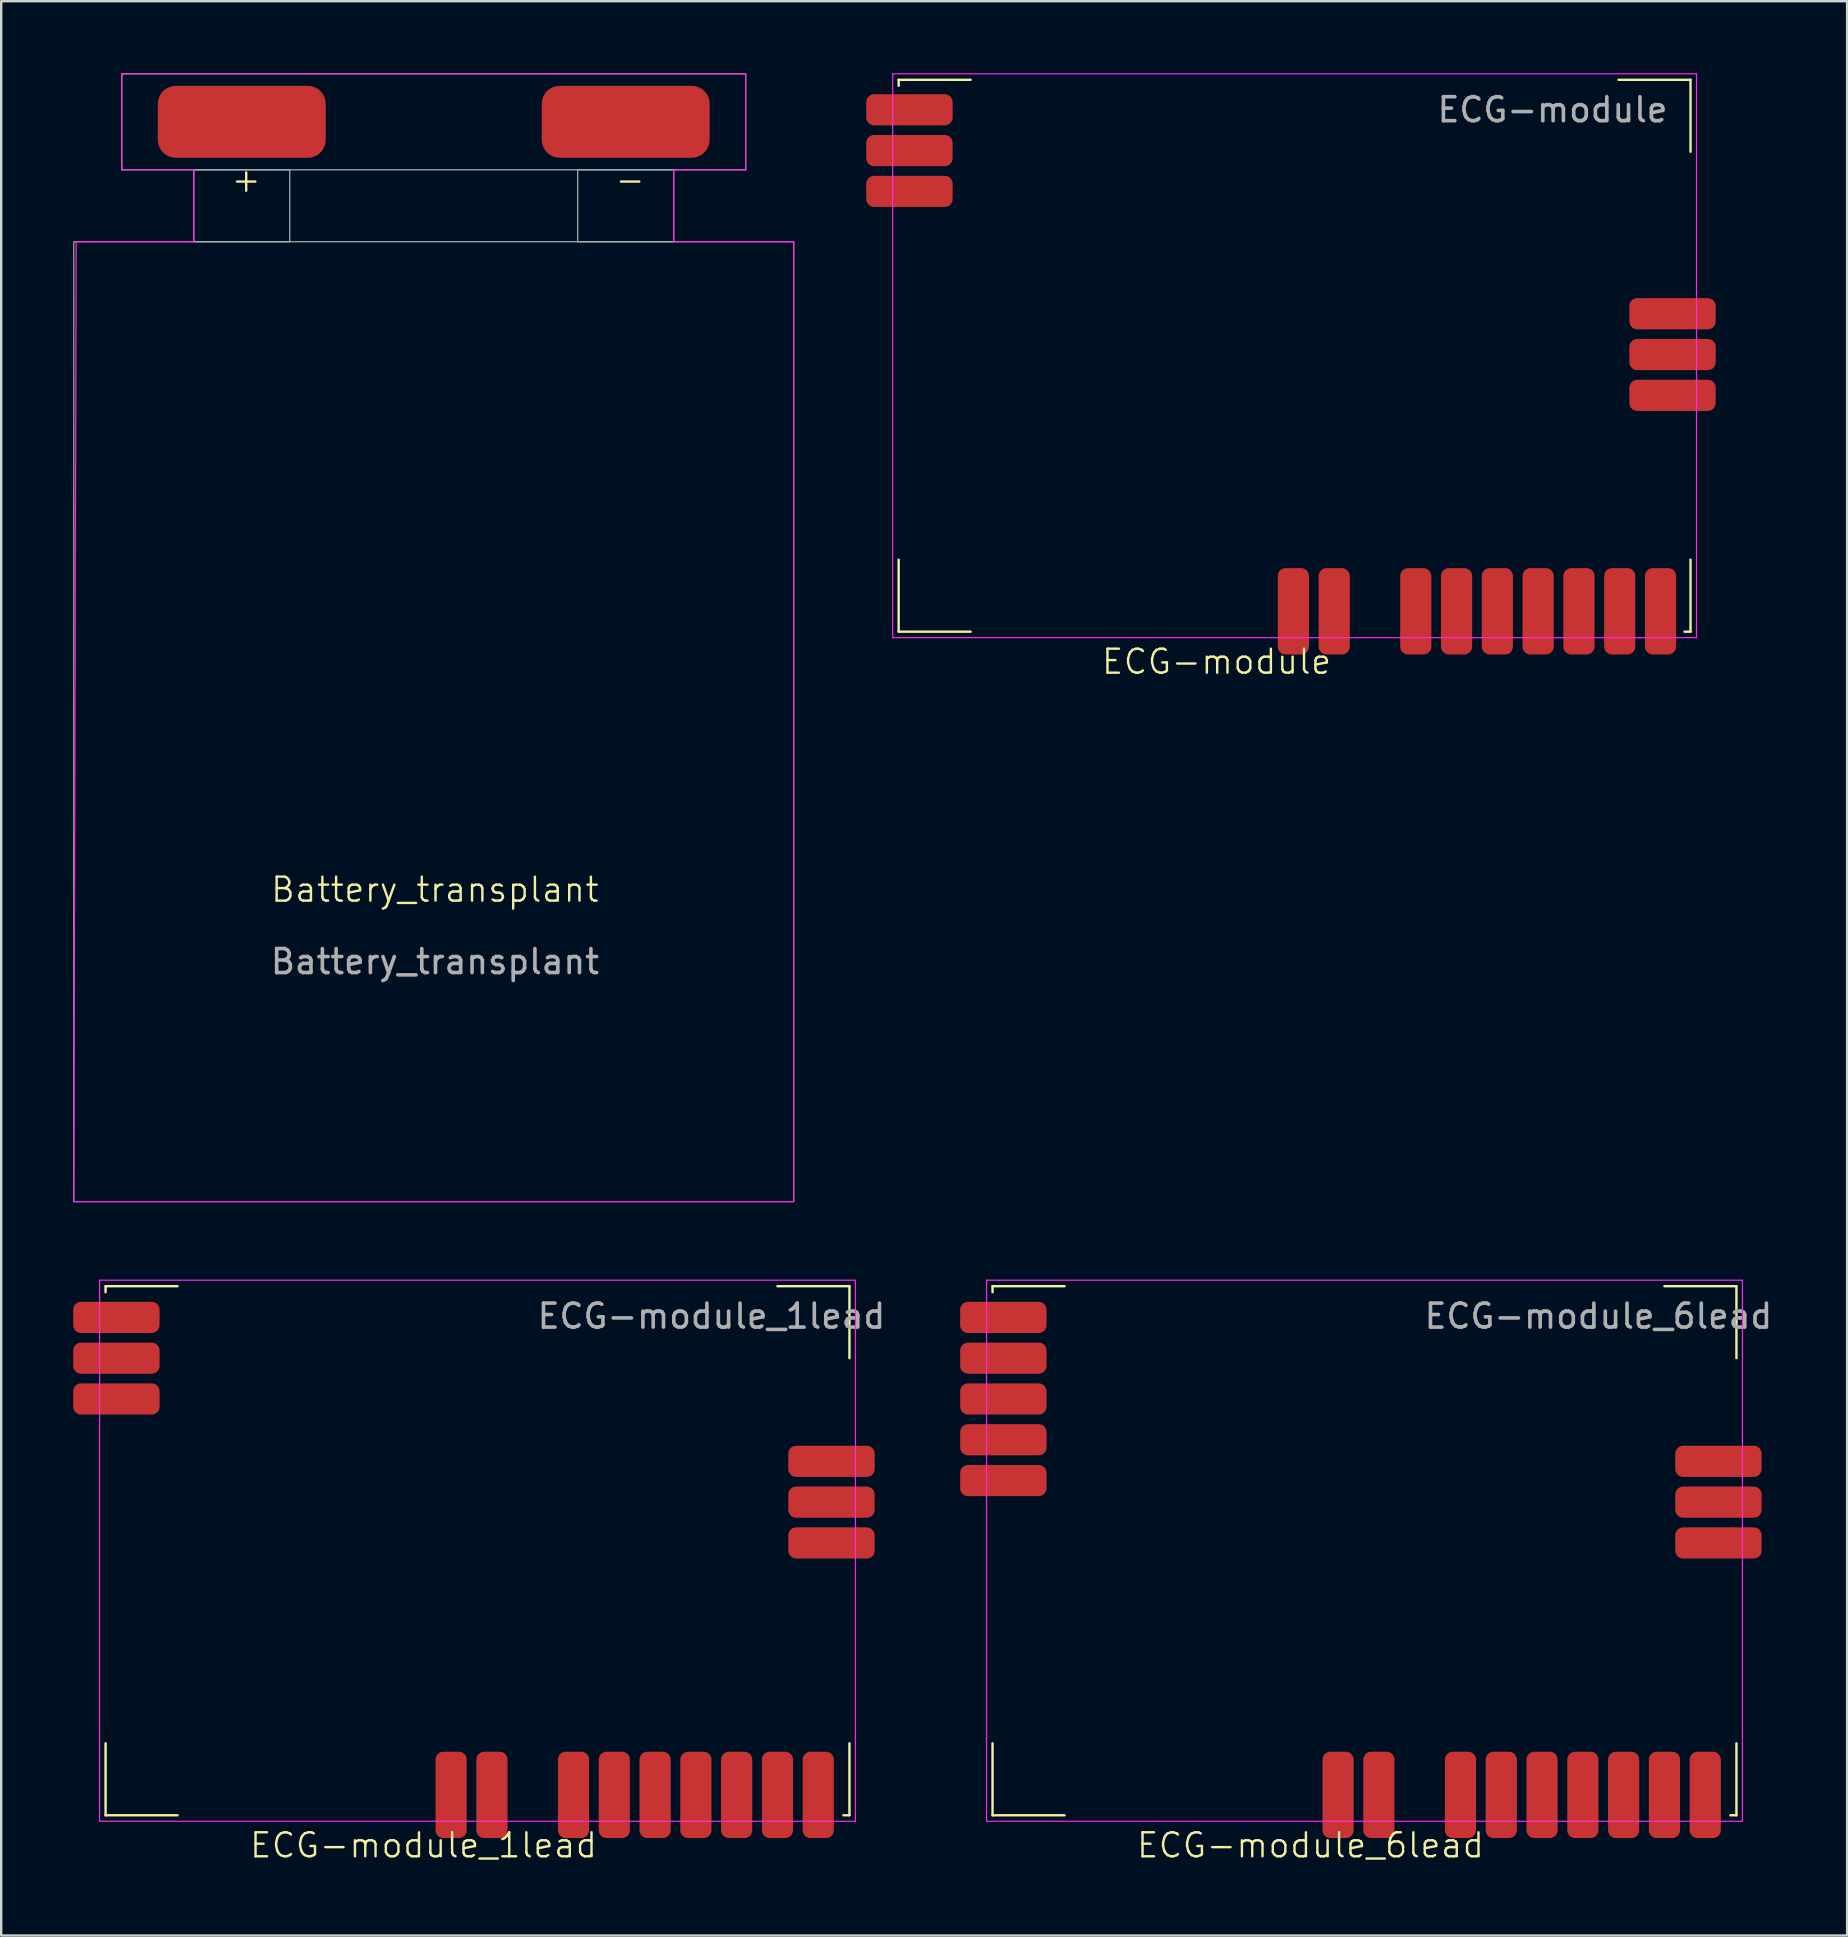
<source format=kicad_pcb>
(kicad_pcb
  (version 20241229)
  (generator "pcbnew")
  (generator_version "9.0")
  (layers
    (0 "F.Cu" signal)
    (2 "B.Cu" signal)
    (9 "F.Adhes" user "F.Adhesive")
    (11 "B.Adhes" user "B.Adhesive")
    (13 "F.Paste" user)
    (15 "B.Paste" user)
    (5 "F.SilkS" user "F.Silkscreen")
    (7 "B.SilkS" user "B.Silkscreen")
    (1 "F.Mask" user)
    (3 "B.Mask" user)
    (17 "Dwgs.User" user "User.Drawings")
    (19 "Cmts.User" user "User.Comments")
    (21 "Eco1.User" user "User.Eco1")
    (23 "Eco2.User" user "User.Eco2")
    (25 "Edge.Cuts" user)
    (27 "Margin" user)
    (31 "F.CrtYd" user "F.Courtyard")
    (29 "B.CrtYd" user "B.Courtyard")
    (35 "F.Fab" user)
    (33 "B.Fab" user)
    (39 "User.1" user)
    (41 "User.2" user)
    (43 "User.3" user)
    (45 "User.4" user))
  (footprint "ECG-module"
    (layer "F.Cu")
    (at 34.65 23.025)
    (property "Reference" "ECG-module" (at 13 1.5 0) (unlocked yes) (layer "F.SilkS") (effects (font (size 1 1) (thickness 0.1))))
    (attr smd)
    (fp_line (start -0.25 -22.75) (end 2.75 -22.75) (stroke (width 0.1) (type default)) (layer "F.SilkS"))
    (fp_line (start -0.25 -22.5) (end -0.25 -22.75) (stroke (width 0.1) (type default)) (layer "F.SilkS"))
    (fp_line (start -0.25 0.25) (end -0.25 -2.75) (stroke (width 0.1) (type default)) (layer "F.SilkS"))
    (fp_line (start -0.25 0.25) (end 2.75 0.25) (stroke (width 0.1) (type default)) (layer "F.SilkS"))
    (fp_line (start 29.75 -22.75) (end 32.75 -22.75) (stroke (width 0.1) (type default)) (layer "F.SilkS"))
    (fp_line (start 32.75 -22.75) (end 32.75 -19.75) (stroke (width 0.1) (type default)) (layer "F.SilkS"))
    (fp_line (start 32.75 0.25) (end 32.5 0.25) (stroke (width 0.1) (type default)) (layer "F.SilkS"))
    (fp_line (start 32.75 0.25) (end 32.75 -2.75) (stroke (width 0.1) (type default)) (layer "F.SilkS"))
    (fp_line (start -0.5 -23) (end 33 -23) (stroke (width 0.05) (type default)) (layer "F.CrtYd"))
    (fp_line (start -0.5 0.5) (end -0.5 -23) (stroke (width 0.05) (type default)) (layer "F.CrtYd"))
    (fp_line (start 33 -23) (end 33 0.5) (stroke (width 0.05) (type default)) (layer "F.CrtYd"))
    (fp_line (start 33 0.5) (end -0.5 0.5) (stroke (width 0.05) (type default)) (layer "F.CrtYd"))
    (fp_text user "${REFERENCE}" (at 27 -21.5 0) (unlocked yes) (layer "F.Fab") (effects (font (size 1 1) (thickness 0.15))))
    (pad "1" smd roundrect (at 0.2 -21.5) (size 3.6 1.3) (layers "F.Cu" "F.Mask" "F.Paste") (roundrect_rratio 0.25))
    (pad "2" smd roundrect (at 0.2 -19.8) (size 3.6 1.3) (layers "F.Cu" "F.Mask" "F.Paste") (roundrect_rratio 0.25))
    (pad "3" smd roundrect (at 0.2 -18.1) (size 3.6 1.3) (layers "F.Cu" "F.Mask" "F.Paste") (roundrect_rratio 0.25))
    (pad "4" smd roundrect (at 16.2 -0.6 90) (size 3.6 1.3) (layers "F.Cu" "F.Mask" "F.Paste") (roundrect_rratio 0.25))
    (pad "5" smd roundrect (at 17.9 -0.6 90) (size 3.6 1.3) (layers "F.Cu" "F.Mask" "F.Paste") (roundrect_rratio 0.25))
    (pad "6" smd roundrect (at 21.3 -0.6 90) (size 3.6 1.3) (layers "F.Cu" "F.Mask" "F.Paste") (roundrect_rratio 0.25))
    (pad "7" smd roundrect (at 23 -0.6 90) (size 3.6 1.3) (layers "F.Cu" "F.Mask" "F.Paste") (roundrect_rratio 0.25))
    (pad "8" smd roundrect (at 24.7 -0.6 90) (size 3.6 1.3) (layers "F.Cu" "F.Mask" "F.Paste") (roundrect_rratio 0.25))
    (pad "9" smd roundrect (at 26.4 -0.6 90) (size 3.6 1.3) (layers "F.Cu" "F.Mask" "F.Paste") (roundrect_rratio 0.25))
    (pad "10" smd roundrect (at 28.1 -0.6 90) (size 3.6 1.3) (layers "F.Cu" "F.Mask" "F.Paste") (roundrect_rratio 0.25))
    (pad "11" smd roundrect (at 29.8 -0.6 90) (size 3.6 1.3) (layers "F.Cu" "F.Mask" "F.Paste") (roundrect_rratio 0.25))
    (pad "12" smd roundrect (at 31.5 -0.6 90) (size 3.6 1.3) (layers "F.Cu" "F.Mask" "F.Paste") (roundrect_rratio 0.25))
    (pad "13" smd roundrect (at 32 -9.6 180) (size 3.6 1.3) (layers "F.Cu" "F.Mask" "F.Paste") (roundrect_rratio 0.25))
    (pad "14" smd roundrect (at 32 -11.3 180) (size 3.6 1.3) (layers "F.Cu" "F.Mask" "F.Paste") (roundrect_rratio 0.25))
    (pad "15" smd roundrect (at 32 -13 180) (size 3.6 1.3) (layers "F.Cu" "F.Mask" "F.Paste") (roundrect_rratio 0.25)))
  (footprint "Battery_transplant"
    (layer "F.Cu")
    (at 15.025 47.025)
    (property "Reference" "Battery_transplant" (at 0.05 -13 0) (unlocked yes) (layer "F.SilkS") (effects (font (size 1 1) (thickness 0.1))))
    (attr smd)
    (fp_line (start -15 0) (end -14.9 -40) (stroke (width 0.05) (type default)) (layer "F.CrtYd"))
    (fp_line (start -14.9 -40) (end -10 -40) (stroke (width 0.05) (type default)) (layer "F.CrtYd"))
    (fp_line (start -13 -47) (end -5 -47) (stroke (width 0.05) (type default)) (layer "F.CrtYd"))
    (fp_line (start -13 -43) (end -13 -47) (stroke (width 0.05) (type default)) (layer "F.CrtYd"))
    (fp_line (start -10 -43) (end -13 -43) (stroke (width 0.05) (type default)) (layer "F.CrtYd"))
    (fp_line (start -10 -40) (end -10 -43) (stroke (width 0.05) (type default)) (layer "F.CrtYd"))
    (fp_line (start -5 -47) (end 5 -47) (stroke (width 0.05) (type default)) (layer "F.CrtYd"))
    (fp_line (start 5 -47) (end 13 -47) (stroke (width 0.05) (type default)) (layer "F.CrtYd"))
    (fp_line (start 10 -43) (end 10 -40) (stroke (width 0.05) (type default)) (layer "F.CrtYd"))
    (fp_line (start 10 -40) (end 15 -40) (stroke (width 0.05) (type default)) (layer "F.CrtYd"))
    (fp_line (start 13 -47) (end 13 -43) (stroke (width 0.05) (type default)) (layer "F.CrtYd"))
    (fp_line (start 13 -43) (end 10 -43) (stroke (width 0.05) (type default)) (layer "F.CrtYd"))
    (fp_line (start 15 -40) (end 15 0) (stroke (width 0.05) (type default)) (layer "F.CrtYd"))
    (fp_line (start 15 0) (end -15 0) (stroke (width 0.05) (type default)) (layer "F.CrtYd"))
    (fp_rect (start -15 0) (end 15 -40) (stroke (width 0.05) (type default)) (fill no) (layer "F.Fab"))
    (fp_rect (start -10 -43) (end -6 -40) (stroke (width 0.05) (type default)) (fill no) (layer "F.Fab"))
    (fp_rect (start 6 -43) (end 10 -40) (stroke (width 0.05) (type default)) (fill no) (layer "F.Fab"))
    (fp_rect (start 13 -43) (end -13 -47) (stroke (width 0.05) (type default)) (fill no) (layer "F.Fab"))
    (fp_text user "-" (at 7.5 -42 0) (unlocked yes) (layer "F.SilkS") (effects (font (size 1 1) (thickness 0.1)) (justify left bottom)))
    (fp_text user "+" (at -8.5 -42 0) (unlocked yes) (layer "F.SilkS") (effects (font (size 1 1) (thickness 0.1)) (justify left bottom)))
    (fp_text user "${REFERENCE}" (at 0.05 -10 0) (unlocked yes) (layer "F.Fab") (effects (font (size 1 1) (thickness 0.15))))
    (pad "1" smd roundrect (at -8 -45) (size 7 3) (layers "F.Cu" "F.Mask" "F.Paste") (roundrect_rratio 0.25))
    (pad "2" smd roundrect (at 8 -45) (size 7 3) (layers "F.Cu" "F.Mask" "F.Paste") (roundrect_rratio 0.25)))
  (footprint "ECG-module_1lead"
    (layer "F.Cu")
    (at 1.6 72.35)
    (property "Reference" "ECG-module_1lead" (at 13 1.5 0) (unlocked yes) (layer "F.SilkS") (effects (font (size 1 1) (thickness 0.1))))
    (attr smd)
    (fp_line (start -0.25 -21.8) (end 2.75 -21.8) (stroke (width 0.1) (type default)) (layer "F.SilkS"))
    (fp_line (start -0.25 -21.55) (end -0.25 -21.8) (stroke (width 0.1) (type default)) (layer "F.SilkS"))
    (fp_line (start -0.25 0.25) (end -0.25 -2.75) (stroke (width 0.1) (type default)) (layer "F.SilkS"))
    (fp_line (start -0.25 0.25) (end 2.75 0.25) (stroke (width 0.1) (type default)) (layer "F.SilkS"))
    (fp_line (start 27.75 -21.8) (end 30.75 -21.8) (stroke (width 0.1) (type default)) (layer "F.SilkS"))
    (fp_line (start 30.75 -21.8) (end 30.75 -18.8) (stroke (width 0.1) (type default)) (layer "F.SilkS"))
    (fp_line (start 30.75 0.25) (end 30.5 0.25) (stroke (width 0.1) (type default)) (layer "F.SilkS"))
    (fp_line (start 30.75 0.25) (end 30.75 -2.75) (stroke (width 0.1) (type default)) (layer "F.SilkS"))
    (fp_line (start -0.5 -22.05) (end 31 -22.05) (stroke (width 0.05) (type default)) (layer "F.CrtYd"))
    (fp_line (start -0.5 0.5) (end -0.5 -22.05) (stroke (width 0.05) (type default)) (layer "F.CrtYd"))
    (fp_line (start 31 -22.05) (end 31 0.5) (stroke (width 0.05) (type default)) (layer "F.CrtYd"))
    (fp_line (start 31 0.5) (end -0.5 0.5) (stroke (width 0.05) (type default)) (layer "F.CrtYd"))
    (fp_text user "${REFERENCE}" (at 25 -20.55 0) (unlocked yes) (layer "F.Fab") (effects (font (size 1 1) (thickness 0.15))))
    (pad "1" smd roundrect (at 0.2 -20.5) (size 3.6 1.3) (layers "F.Cu" "F.Mask" "F.Paste") (roundrect_rratio 0.25))
    (pad "2" smd roundrect (at 0.2 -18.8) (size 3.6 1.3) (layers "F.Cu" "F.Mask" "F.Paste") (roundrect_rratio 0.25))
    (pad "3" smd roundrect (at 0.2 -17.1) (size 3.6 1.3) (layers "F.Cu" "F.Mask" "F.Paste") (roundrect_rratio 0.25))
    (pad "6" smd roundrect (at 14.15 -0.6 90) (size 3.6 1.3) (layers "F.Cu" "F.Mask" "F.Paste") (roundrect_rratio 0.25))
    (pad "7" smd roundrect (at 15.85 -0.6 90) (size 3.6 1.3) (layers "F.Cu" "F.Mask" "F.Paste") (roundrect_rratio 0.25))
    (pad "8" smd roundrect (at 19.25 -0.6 90) (size 3.6 1.3) (layers "F.Cu" "F.Mask" "F.Paste") (roundrect_rratio 0.25))
    (pad "9" smd roundrect (at 20.95 -0.6 90) (size 3.6 1.3) (layers "F.Cu" "F.Mask" "F.Paste") (roundrect_rratio 0.25))
    (pad "10" smd roundrect (at 22.65 -0.6 90) (size 3.6 1.3) (layers "F.Cu" "F.Mask" "F.Paste") (roundrect_rratio 0.25))
    (pad "11" smd roundrect (at 24.35 -0.6 90) (size 3.6 1.3) (layers "F.Cu" "F.Mask" "F.Paste") (roundrect_rratio 0.25))
    (pad "12" smd roundrect (at 26.05 -0.6 90) (size 3.6 1.3) (layers "F.Cu" "F.Mask" "F.Paste") (roundrect_rratio 0.25))
    (pad "13" smd roundrect (at 27.75 -0.6 90) (size 3.6 1.3) (layers "F.Cu" "F.Mask" "F.Paste") (roundrect_rratio 0.25))
    (pad "14" smd roundrect (at 29.45 -0.6 90) (size 3.6 1.3) (layers "F.Cu" "F.Mask" "F.Paste") (roundrect_rratio 0.25))
    (pad "15" smd roundrect (at 30 -11.1) (size 3.6 1.3) (layers "F.Cu" "F.Mask" "F.Paste") (roundrect_rratio 0.25))
    (pad "16" smd roundrect (at 30 -12.8) (size 3.6 1.3) (layers "F.Cu" "F.Mask" "F.Paste") (roundrect_rratio 0.25))
    (pad "17" smd roundrect (at 30 -14.5) (size 3.6 1.3) (layers "F.Cu" "F.Mask" "F.Paste") (roundrect_rratio 0.25)))
  (footprint "ECG-module_6lead"
    (layer "F.Cu")
    (at 38.563 72.35)
    (property "Reference" "ECG-module_6lead" (at 13 1.5 0) (unlocked yes) (layer "F.SilkS") (effects (font (size 1 1) (thickness 0.1))))
    (attr smd)
    (fp_line (start -0.25 -21.8) (end 2.75 -21.8) (stroke (width 0.1) (type default)) (layer "F.SilkS"))
    (fp_line (start -0.25 -21.55) (end -0.25 -21.8) (stroke (width 0.1) (type default)) (layer "F.SilkS"))
    (fp_line (start -0.25 0.25) (end -0.25 -2.75) (stroke (width 0.1) (type default)) (layer "F.SilkS"))
    (fp_line (start -0.25 0.25) (end 2.75 0.25) (stroke (width 0.1) (type default)) (layer "F.SilkS"))
    (fp_line (start 27.75 -21.8) (end 30.75 -21.8) (stroke (width 0.1) (type default)) (layer "F.SilkS"))
    (fp_line (start 30.75 -21.8) (end 30.75 -18.8) (stroke (width 0.1) (type default)) (layer "F.SilkS"))
    (fp_line (start 30.75 0.25) (end 30.5 0.25) (stroke (width 0.1) (type default)) (layer "F.SilkS"))
    (fp_line (start 30.75 0.25) (end 30.75 -2.75) (stroke (width 0.1) (type default)) (layer "F.SilkS"))
    (fp_line (start -0.5 -22.05) (end 31 -22.05) (stroke (width 0.05) (type default)) (layer "F.CrtYd"))
    (fp_line (start -0.5 0.5) (end -0.5 -22.05) (stroke (width 0.05) (type default)) (layer "F.CrtYd"))
    (fp_line (start 31 -22.05) (end 31 0.5) (stroke (width 0.05) (type default)) (layer "F.CrtYd"))
    (fp_line (start 31 0.5) (end -0.5 0.5) (stroke (width 0.05) (type default)) (layer "F.CrtYd"))
    (fp_text user "${REFERENCE}" (at 25 -20.55 0) (unlocked yes) (layer "F.Fab") (effects (font (size 1 1) (thickness 0.15))))
    (pad "1" smd roundrect (at 0.2 -20.5) (size 3.6 1.3) (layers "F.Cu" "F.Mask" "F.Paste") (roundrect_rratio 0.25))
    (pad "2" smd roundrect (at 0.2 -18.8) (size 3.6 1.3) (layers "F.Cu" "F.Mask" "F.Paste") (roundrect_rratio 0.25))
    (pad "3" smd roundrect (at 0.2 -17.1) (size 3.6 1.3) (layers "F.Cu" "F.Mask" "F.Paste") (roundrect_rratio 0.25))
    (pad "4" smd roundrect (at 0.2 -15.4) (size 3.6 1.3) (layers "F.Cu" "F.Mask" "F.Paste") (roundrect_rratio 0.25))
    (pad "5" smd roundrect (at 0.2 -13.7) (size 3.6 1.3) (layers "F.Cu" "F.Mask" "F.Paste") (roundrect_rratio 0.25))
    (pad "6" smd roundrect (at 14.15 -0.6 90) (size 3.6 1.3) (layers "F.Cu" "F.Mask" "F.Paste") (roundrect_rratio 0.25))
    (pad "7" smd roundrect (at 15.85 -0.6 90) (size 3.6 1.3) (layers "F.Cu" "F.Mask" "F.Paste") (roundrect_rratio 0.25))
    (pad "8" smd roundrect (at 19.25 -0.6 90) (size 3.6 1.3) (layers "F.Cu" "F.Mask" "F.Paste") (roundrect_rratio 0.25))
    (pad "9" smd roundrect (at 20.95 -0.6 90) (size 3.6 1.3) (layers "F.Cu" "F.Mask" "F.Paste") (roundrect_rratio 0.25))
    (pad "10" smd roundrect (at 22.65 -0.6 90) (size 3.6 1.3) (layers "F.Cu" "F.Mask" "F.Paste") (roundrect_rratio 0.25))
    (pad "11" smd roundrect (at 24.35 -0.6 90) (size 3.6 1.3) (layers "F.Cu" "F.Mask" "F.Paste") (roundrect_rratio 0.25))
    (pad "12" smd roundrect (at 26.05 -0.6 90) (size 3.6 1.3) (layers "F.Cu" "F.Mask" "F.Paste") (roundrect_rratio 0.25))
    (pad "13" smd roundrect (at 27.75 -0.6 90) (size 3.6 1.3) (layers "F.Cu" "F.Mask" "F.Paste") (roundrect_rratio 0.25))
    (pad "14" smd roundrect (at 29.45 -0.6 90) (size 3.6 1.3) (layers "F.Cu" "F.Mask" "F.Paste") (roundrect_rratio 0.25))
    (pad "15" smd roundrect (at 30 -11.1) (size 3.6 1.3) (layers "F.Cu" "F.Mask" "F.Paste") (roundrect_rratio 0.25))
    (pad "16" smd roundrect (at 30 -12.8) (size 3.6 1.3) (layers "F.Cu" "F.Mask" "F.Paste") (roundrect_rratio 0.25))
    (pad "17" smd roundrect (at 30 -14.5) (size 3.6 1.3) (layers "F.Cu" "F.Mask" "F.Paste") (roundrect_rratio 0.25)))
  (gr_rect
    (start -3 -3)
    (end 73.926 77.611)
    (stroke (width 0.1) (type default))
    (fill no)
    (layer "Edge.Cuts")))
</source>
